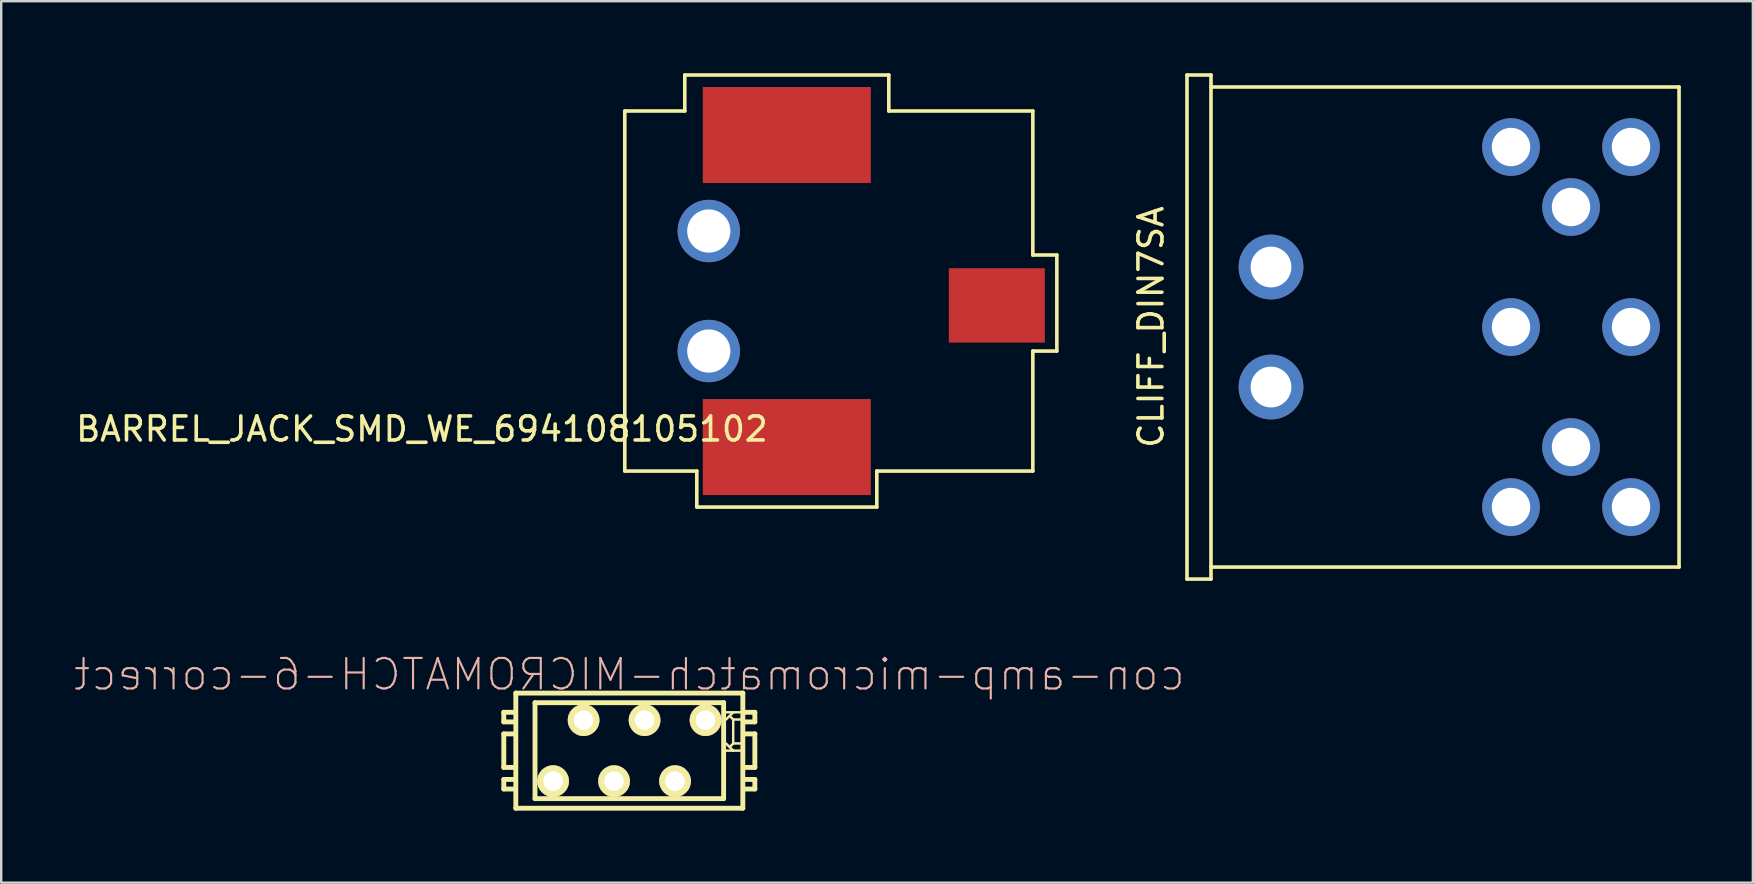
<source format=kicad_pcb>
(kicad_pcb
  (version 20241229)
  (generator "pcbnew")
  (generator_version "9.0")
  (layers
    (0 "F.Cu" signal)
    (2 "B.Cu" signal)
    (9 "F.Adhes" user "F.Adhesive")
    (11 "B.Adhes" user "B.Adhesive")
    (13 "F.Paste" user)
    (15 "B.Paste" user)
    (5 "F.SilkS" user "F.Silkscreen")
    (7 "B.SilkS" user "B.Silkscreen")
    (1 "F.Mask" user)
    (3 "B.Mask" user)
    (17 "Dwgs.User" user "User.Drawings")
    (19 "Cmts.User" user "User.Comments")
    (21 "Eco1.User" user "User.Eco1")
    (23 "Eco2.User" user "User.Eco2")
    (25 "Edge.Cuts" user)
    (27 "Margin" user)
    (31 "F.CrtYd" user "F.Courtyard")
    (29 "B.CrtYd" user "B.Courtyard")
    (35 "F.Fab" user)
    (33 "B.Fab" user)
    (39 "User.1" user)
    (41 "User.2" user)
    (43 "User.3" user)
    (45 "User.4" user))
  (footprint "CLIFF_DIN7SA"
    (layer "F.Cu")
    (at 47.403 10.575)
    (property "Reference" "CLIFF_DIN7SA" (at -2.5 0 90) (layer "F.SilkS") (effects (font (size 1 1) (thickness 0.15))))
    (attr through_hole)
    (fp_line (start -1 -10.5) (end 0 -10.5) (stroke (width 0.15) (type solid)) (layer "F.SilkS"))
    (fp_line (start -1 10.5) (end -1 -10.5) (stroke (width 0.15) (type solid)) (layer "F.SilkS"))
    (fp_line (start 0 -10.5) (end 0 10.5) (stroke (width 0.15) (type solid)) (layer "F.SilkS"))
    (fp_line (start 0 -10) (end 19.5 -10) (stroke (width 0.15) (type solid)) (layer "F.SilkS"))
    (fp_line (start 0 10.5) (end -1 10.5) (stroke (width 0.15) (type solid)) (layer "F.SilkS"))
    (fp_line (start 19.5 -10) (end 19.5 10) (stroke (width 0.15) (type solid)) (layer "F.SilkS"))
    (fp_line (start 19.5 10) (end 0 10) (stroke (width 0.15) (type solid)) (layer "F.SilkS"))
    (pad "" np_thru_hole circle (at 2.5 -2.5) (size 2.7 2.7) (drill 1.7) (layers "*.Cu" "*.Mask"))
    (pad "" np_thru_hole circle (at 2.5 2.5) (size 2.7 2.7) (drill 1.7) (layers "*.Cu" "*.Mask"))
    (pad "1" thru_hole circle (at 12.5 -7.5) (size 2.4 2.4) (drill 1.6) (layers "*.Cu" "*.Mask"))
    (pad "2" thru_hole circle (at 12.5 0) (size 2.4 2.4) (drill 1.6) (layers "*.Cu" "*.Mask"))
    (pad "3" thru_hole circle (at 12.5 7.5) (size 2.4 2.4) (drill 1.6) (layers "*.Cu" "*.Mask"))
    (pad "4" thru_hole circle (at 15 -5) (size 2.4 2.4) (drill 1.6) (layers "*.Cu" "*.Mask"))
    (pad "5" thru_hole circle (at 15 5) (size 2.4 2.4) (drill 1.6) (layers "*.Cu" "*.Mask"))
    (pad "6" thru_hole circle (at 17.5 -7.5) (size 2.4 2.4) (drill 1.6) (layers "*.Cu" "*.Mask"))
    (pad "7" thru_hole circle (at 17.5 0) (size 2.4 2.4) (drill 1.6) (layers "*.Cu" "*.Mask"))
    (pad "8" thru_hole circle (at 17.5 7.5) (size 2.4 2.4) (drill 1.6) (layers "*.Cu" "*.Mask")))
  (footprint "BARREL_JACK_SMD_WE_694108105102"
    (layer "F.Cu")
    (at 22.98 9.075)
    (property "Reference" "BARREL_JACK_SMD_WE_694108105102" (at -8.45 5.75 180) (layer "F.SilkS") (effects (font (size 1 1) (thickness 0.15))))
    (attr through_hole)
    (fp_line (start 0 -7.5) (end 2.5 -7.5) (stroke (width 0.15) (type solid)) (layer "F.SilkS"))
    (fp_line (start 0 7.5) (end 0 -7.5) (stroke (width 0.15) (type solid)) (layer "F.SilkS"))
    (fp_line (start 2.5 -9) (end 11 -9) (stroke (width 0.15) (type solid)) (layer "F.SilkS"))
    (fp_line (start 2.5 -7.5) (end 2.5 -9) (stroke (width 0.15) (type solid)) (layer "F.SilkS"))
    (fp_line (start 3 7.5) (end 0 7.5) (stroke (width 0.15) (type solid)) (layer "F.SilkS"))
    (fp_line (start 3 9) (end 3 7.5) (stroke (width 0.15) (type solid)) (layer "F.SilkS"))
    (fp_line (start 10.5 7.5) (end 10.5 9) (stroke (width 0.15) (type solid)) (layer "F.SilkS"))
    (fp_line (start 10.5 9) (end 3 9) (stroke (width 0.15) (type solid)) (layer "F.SilkS"))
    (fp_line (start 11 -9) (end 11 -7.5) (stroke (width 0.15) (type solid)) (layer "F.SilkS"))
    (fp_line (start 11 -7.5) (end 17 -7.5) (stroke (width 0.15) (type solid)) (layer "F.SilkS"))
    (fp_line (start 17 -7.5) (end 17 -1.5) (stroke (width 0.15) (type solid)) (layer "F.SilkS"))
    (fp_line (start 17 -1.5) (end 18 -1.5) (stroke (width 0.15) (type solid)) (layer "F.SilkS"))
    (fp_line (start 17 2.5) (end 17 7.5) (stroke (width 0.15) (type solid)) (layer "F.SilkS"))
    (fp_line (start 17 7.5) (end 10.5 7.5) (stroke (width 0.15) (type solid)) (layer "F.SilkS"))
    (fp_line (start 18 -1.5) (end 18 2.5) (stroke (width 0.15) (type solid)) (layer "F.SilkS"))
    (fp_line (start 18 2.5) (end 17 2.5) (stroke (width 0.15) (type solid)) (layer "F.SilkS"))
    (pad "" np_thru_hole circle (at 3.5 -2.5) (size 2.6 2.6) (drill 1.8) (layers "*.Cu" "*.Mask"))
    (pad "" np_thru_hole circle (at 3.5 2.5) (size 2.6 2.6) (drill 1.8) (layers "*.Cu" "*.Mask"))
    (pad "1" smd rect (at 15.5 0.6) (size 4 3.1) (layers "F.Cu" "F.Mask" "F.Paste"))
    (pad "2" smd rect (at 6.75 -6.5) (size 7 4) (layers "F.Cu" "F.Mask" "F.Paste"))
    (pad "3" smd rect (at 6.75 6.5) (size 7 4) (layers "F.Cu" "F.Mask" "F.Paste")))
  (footprint "con-amp-micromatch-MICROMATCH-6-correct"
    (layer "F.Cu")
    (at 23.169 28.224)
    (property "Reference" "con-amp-micromatch-MICROMATCH-6-correct" (at 0 -3.175 0) (layer "B.SilkS") (effects (font (size 1.27 1.27) (thickness 0.089)) (justify mirror)))
    (attr exclude_from_pos_files exclude_from_bom)
    (fp_line (start -5.23 -1.598) (end -5.23 -1.199) (stroke (width 0.203) (type solid)) (layer "F.SilkS"))
    (fp_line (start -5.23 -1.199) (end -4.829 -1.199) (stroke (width 0.203) (type solid)) (layer "F.SilkS"))
    (fp_line (start -5.23 -0.699) (end -5.23 0.699) (stroke (width 0.203) (type solid)) (layer "F.SilkS"))
    (fp_line (start -5.23 0.699) (end -4.829 0.699) (stroke (width 0.203) (type solid)) (layer "F.SilkS"))
    (fp_line (start -5.23 1.199) (end -5.23 1.598) (stroke (width 0.203) (type solid)) (layer "F.SilkS"))
    (fp_line (start -5.23 1.598) (end -4.829 1.598) (stroke (width 0.203) (type solid)) (layer "F.SilkS"))
    (fp_line (start -4.829 -1.598) (end -5.23 -1.598) (stroke (width 0.203) (type solid)) (layer "F.SilkS"))
    (fp_line (start -4.829 -0.699) (end -5.23 -0.699) (stroke (width 0.203) (type solid)) (layer "F.SilkS"))
    (fp_line (start -4.829 1.199) (end -5.23 1.199) (stroke (width 0.203) (type solid)) (layer "F.SilkS"))
    (fp_line (start -4.729 -2.398) (end -4.729 2.398) (stroke (width 0.203) (type solid)) (layer "F.SilkS"))
    (fp_line (start -3.929 -1.999) (end -3.929 1.999) (stroke (width 0.203) (type solid)) (layer "F.SilkS"))
    (fp_line (start 3.929 -1.999) (end -3.929 -1.999) (stroke (width 0.203) (type solid)) (layer "F.SilkS"))
    (fp_line (start 3.929 1.999) (end -3.929 1.999) (stroke (width 0.203) (type solid)) (layer "F.SilkS"))
    (fp_line (start 3.929 1.999) (end 3.929 -1.999) (stroke (width 0.203) (type solid)) (layer "F.SilkS"))
    (fp_line (start 4.229 -1.4) (end 4.328 -1.298) (stroke (width 0.102) (type solid)) (layer "F.SilkS"))
    (fp_line (start 4.229 -0.198) (end 4.328 -0.3) (stroke (width 0.102) (type solid)) (layer "F.SilkS"))
    (fp_line (start 4.328 -1.598) (end 4.028 -1.598) (stroke (width 0.102) (type solid)) (layer "F.SilkS"))
    (fp_line (start 4.328 -1.598) (end 4.028 -1.298) (stroke (width 0.102) (type solid)) (layer "F.SilkS"))
    (fp_line (start 4.328 -1.298) (end 4.328 -0.3) (stroke (width 0.102) (type solid)) (layer "F.SilkS"))
    (fp_line (start 4.328 -0.3) (end 4.628 -0.3) (stroke (width 0.102) (type solid)) (layer "F.SilkS"))
    (fp_line (start 4.328 0) (end 4.028 -0.3) (stroke (width 0.102) (type solid)) (layer "F.SilkS"))
    (fp_line (start 4.328 0) (end 4.028 0) (stroke (width 0.102) (type solid)) (layer "F.SilkS"))
    (fp_line (start 4.628 -1.598) (end 4.328 -1.598) (stroke (width 0.102) (type solid)) (layer "F.SilkS"))
    (fp_line (start 4.628 -1.298) (end 4.328 -1.298) (stroke (width 0.102) (type solid)) (layer "F.SilkS"))
    (fp_line (start 4.628 0) (end 4.328 0) (stroke (width 0.102) (type solid)) (layer "F.SilkS"))
    (fp_line (start 4.729 -2.398) (end -4.729 -2.398) (stroke (width 0.203) (type solid)) (layer "F.SilkS"))
    (fp_line (start 4.729 2.398) (end -4.729 2.398) (stroke (width 0.203) (type solid)) (layer "F.SilkS"))
    (fp_line (start 4.729 2.398) (end 4.729 -2.398) (stroke (width 0.203) (type solid)) (layer "F.SilkS"))
    (fp_line (start 4.829 -1.199) (end 5.23 -1.199) (stroke (width 0.203) (type solid)) (layer "F.SilkS"))
    (fp_line (start 4.829 0.699) (end 5.23 0.699) (stroke (width 0.203) (type solid)) (layer "F.SilkS"))
    (fp_line (start 4.829 1.598) (end 5.23 1.598) (stroke (width 0.203) (type solid)) (layer "F.SilkS"))
    (fp_line (start 5.23 -1.598) (end 4.829 -1.598) (stroke (width 0.203) (type solid)) (layer "F.SilkS"))
    (fp_line (start 5.23 -1.199) (end 5.23 -1.598) (stroke (width 0.203) (type solid)) (layer "F.SilkS"))
    (fp_line (start 5.23 -0.699) (end 4.829 -0.699) (stroke (width 0.203) (type solid)) (layer "F.SilkS"))
    (fp_line (start 5.23 0.699) (end 5.23 -0.699) (stroke (width 0.203) (type solid)) (layer "F.SilkS"))
    (fp_line (start 5.23 1.199) (end 4.829 1.199) (stroke (width 0.203) (type solid)) (layer "F.SilkS"))
    (fp_line (start 5.23 1.598) (end 5.23 1.199) (stroke (width 0.203) (type solid)) (layer "F.SilkS"))
    (pad "1" thru_hole circle (at 3.175 -1.27) (size 1.321 1.321) (drill 0.813) (layers "*.Cu" "*.Mask" "F.SilkS" "F.Paste"))
    (pad "2" thru_hole circle (at 1.905 1.27) (size 1.321 1.321) (drill 0.813) (layers "*.Cu" "*.Mask" "F.SilkS" "F.Paste"))
    (pad "3" thru_hole circle (at 0.635 -1.27) (size 1.321 1.321) (drill 0.813) (layers "*.Cu" "*.Mask" "F.SilkS" "F.Paste"))
    (pad "4" thru_hole circle (at -0.635 1.27) (size 1.321 1.321) (drill 0.813) (layers "*.Cu" "*.Mask" "F.SilkS" "F.Paste"))
    (pad "5" thru_hole circle (at -1.905 -1.27) (size 1.321 1.321) (drill 0.813) (layers "*.Cu" "*.Mask" "F.SilkS" "F.Paste"))
    (pad "6" thru_hole circle (at -3.175 1.27) (size 1.321 1.321) (drill 0.813) (layers "*.Cu" "*.Mask" "F.SilkS" "F.Paste")))
  (gr_rect
    (start -3 -3)
    (end 69.978 33.723)
    (stroke (width 0.1) (type default))
    (fill no)
    (layer "Edge.Cuts")))
</source>
